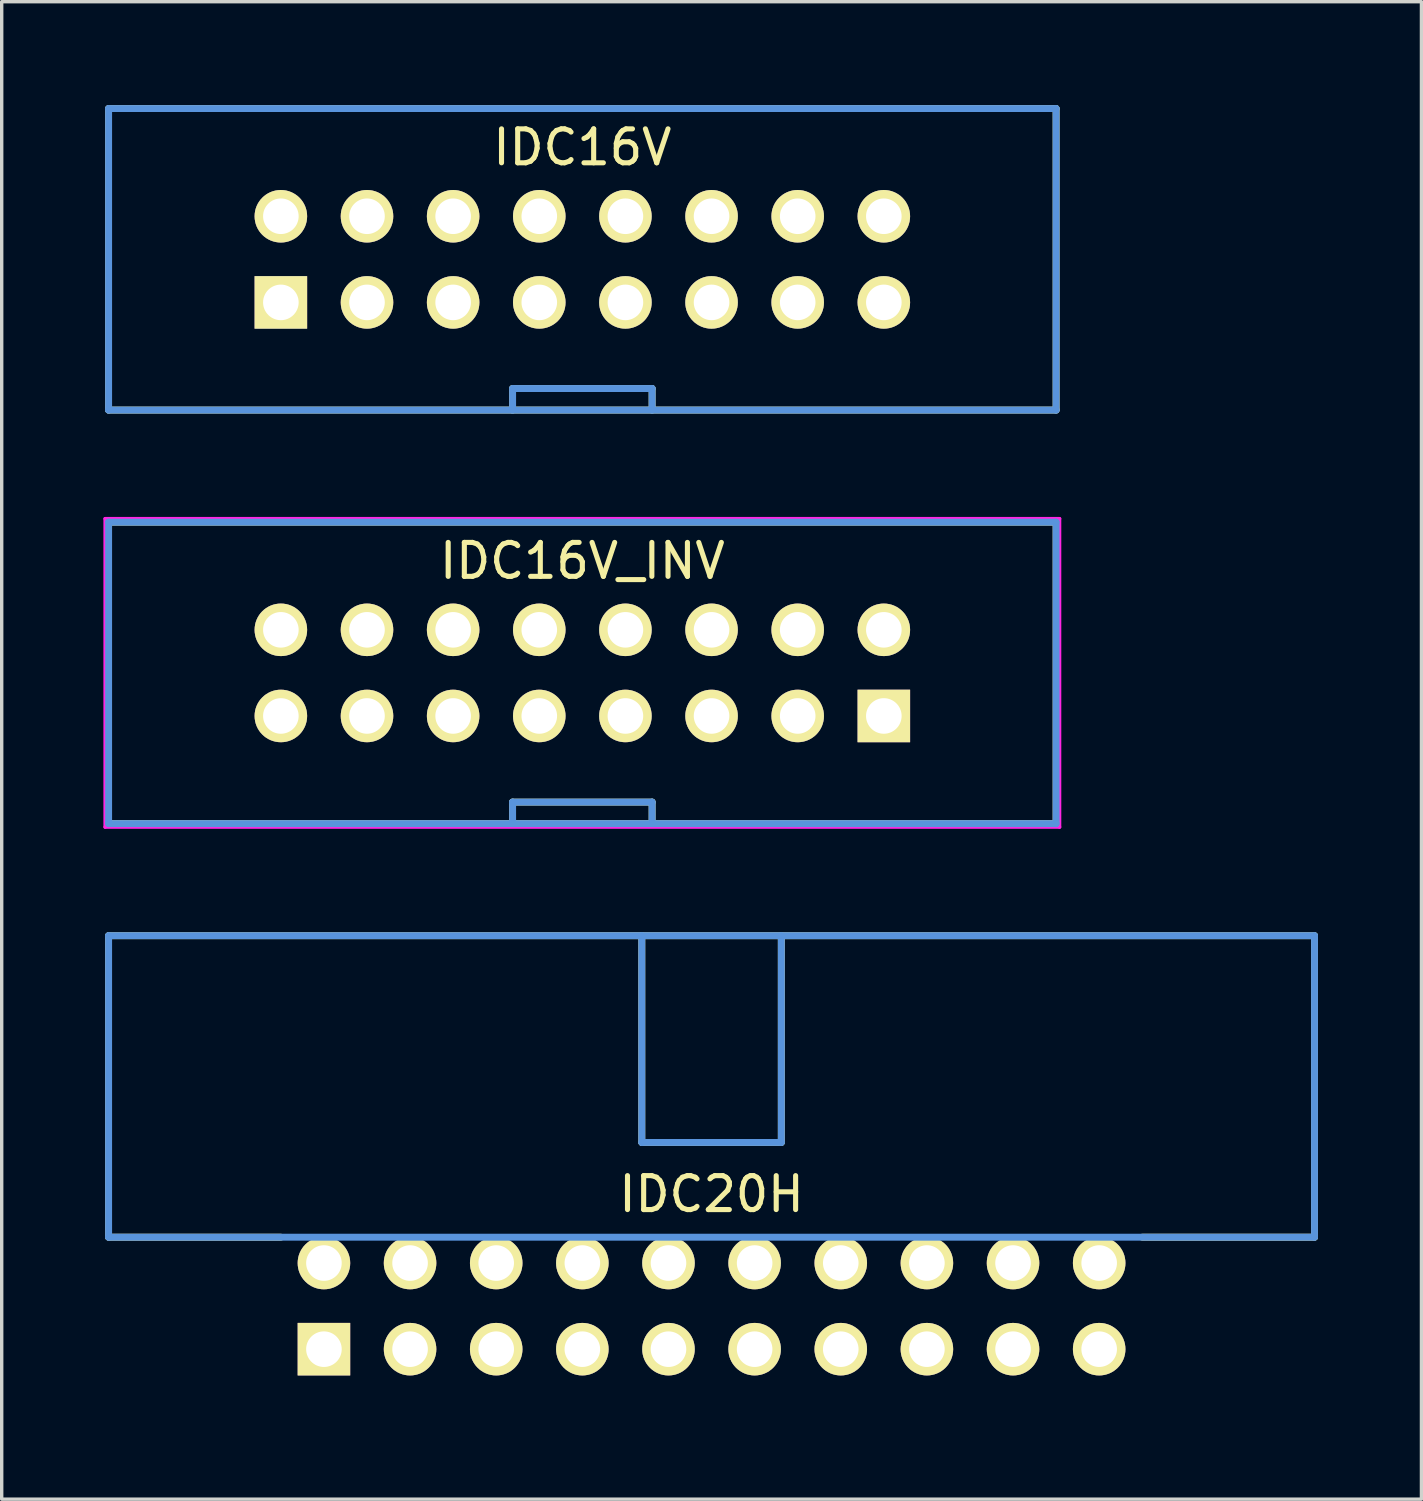
<source format=kicad_pcb>
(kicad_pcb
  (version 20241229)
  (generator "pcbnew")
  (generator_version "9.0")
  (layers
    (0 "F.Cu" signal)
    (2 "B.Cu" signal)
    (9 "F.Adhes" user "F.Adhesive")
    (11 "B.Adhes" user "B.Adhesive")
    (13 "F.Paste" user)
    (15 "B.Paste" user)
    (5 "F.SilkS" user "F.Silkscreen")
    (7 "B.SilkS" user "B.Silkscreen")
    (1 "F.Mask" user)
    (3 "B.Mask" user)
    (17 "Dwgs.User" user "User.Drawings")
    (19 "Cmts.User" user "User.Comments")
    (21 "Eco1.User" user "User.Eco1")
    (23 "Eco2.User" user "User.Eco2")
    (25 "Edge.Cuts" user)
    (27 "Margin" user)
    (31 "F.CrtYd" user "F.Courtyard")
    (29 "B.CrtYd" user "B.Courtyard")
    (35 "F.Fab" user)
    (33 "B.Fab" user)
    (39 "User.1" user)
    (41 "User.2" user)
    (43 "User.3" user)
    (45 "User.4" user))
  (footprint "IDC20H"
    (layer "F.Cu")
    (at 6.502 36.734)
    (property "Reference" "IDC20H" (at 11.43 -4.572 0) (layer "F.SilkS") (effects (font (size 1.001 1.001) (thickness 0.15))))
    (attr through_hole)
    (fp_line (start -6.35 -12.192) (end 29.21 -12.192) (stroke (width 0.203) (type solid)) (layer "F.SilkS"))
    (fp_line (start -6.35 -3.302) (end -6.35 -12.192) (stroke (width 0.203) (type solid)) (layer "F.SilkS"))
    (fp_line (start -6.35 -3.302) (end -1.27 -3.302) (stroke (width 0.203) (type solid)) (layer "F.SilkS"))
    (fp_line (start 9.373 -12.192) (end 9.373 -6.096) (stroke (width 0.203) (type solid)) (layer "F.SilkS"))
    (fp_line (start 9.373 -6.096) (end 13.487 -6.096) (stroke (width 0.203) (type solid)) (layer "F.SilkS"))
    (fp_line (start 13.487 -12.192) (end 13.487 -6.096) (stroke (width 0.203) (type solid)) (layer "F.SilkS"))
    (fp_line (start 29.21 -12.192) (end 29.21 -3.302) (stroke (width 0.203) (type solid)) (layer "F.SilkS"))
    (fp_line (start 29.21 -3.302) (end 24.13 -3.302) (stroke (width 0.203) (type solid)) (layer "F.SilkS"))
    (fp_line (start -6.35 -12.192) (end -6.35 -3.302) (stroke (width 0.203) (type solid)) (layer "Cmts.User"))
    (fp_line (start -6.35 -3.302) (end 29.21 -3.302) (stroke (width 0.203) (type solid)) (layer "Cmts.User"))
    (fp_line (start 9.373 -12.192) (end 9.373 -6.096) (stroke (width 0.203) (type solid)) (layer "Cmts.User"))
    (fp_line (start 9.373 -6.096) (end 13.487 -6.096) (stroke (width 0.203) (type solid)) (layer "Cmts.User"))
    (fp_line (start 13.487 -12.192) (end 13.487 -6.096) (stroke (width 0.203) (type solid)) (layer "Cmts.User"))
    (fp_line (start 29.21 -12.192) (end -6.35 -12.192) (stroke (width 0.203) (type solid)) (layer "Cmts.User"))
    (fp_line (start 29.21 -3.302) (end 29.21 -12.192) (stroke (width 0.203) (type solid)) (layer "Cmts.User"))
    (fp_line (start -6.452 -12.294) (end -6.452 -3.2) (stroke (width 0.102) (type solid)) (layer "Eco1.User"))
    (fp_line (start -6.452 -3.2) (end -1.372 -3.2) (stroke (width 0.102) (type solid)) (layer "Eco1.User"))
    (fp_line (start -1.372 -3.2) (end -1.372 1.372) (stroke (width 0.102) (type solid)) (layer "Eco1.User"))
    (fp_line (start -1.372 1.372) (end 24.232 1.372) (stroke (width 0.102) (type solid)) (layer "Eco1.User"))
    (fp_line (start 24.232 -3.2) (end 29.312 -3.2) (stroke (width 0.102) (type solid)) (layer "Eco1.User"))
    (fp_line (start 24.232 1.372) (end 24.232 -3.2) (stroke (width 0.102) (type solid)) (layer "Eco1.User"))
    (fp_line (start 29.312 -12.294) (end -6.452 -12.294) (stroke (width 0.102) (type solid)) (layer "Eco1.User"))
    (fp_line (start 29.312 -3.2) (end 29.312 -12.294) (stroke (width 0.102) (type solid)) (layer "Eco1.User"))
    (pad "1" thru_hole rect (at 0 0) (size 1.549 1.549) (drill 1.049) (layers "*.Cu" "*.Mask" "F.SilkS"))
    (pad "2" thru_hole circle (at 0 -2.54) (size 1.549 1.549) (drill 1.049) (layers "*.Cu" "*.Mask" "F.SilkS"))
    (pad "3" thru_hole circle (at 2.54 0) (size 1.549 1.549) (drill 1.049) (layers "*.Cu" "*.Mask" "F.SilkS"))
    (pad "4" thru_hole circle (at 2.54 -2.54) (size 1.549 1.549) (drill 1.049) (layers "*.Cu" "*.Mask" "F.SilkS"))
    (pad "5" thru_hole circle (at 5.08 0) (size 1.549 1.549) (drill 1.049) (layers "*.Cu" "*.Mask" "F.SilkS"))
    (pad "6" thru_hole circle (at 5.08 -2.54) (size 1.549 1.549) (drill 1.049) (layers "*.Cu" "*.Mask" "F.SilkS"))
    (pad "7" thru_hole circle (at 7.62 0) (size 1.549 1.549) (drill 1.049) (layers "*.Cu" "*.Mask" "F.SilkS"))
    (pad "8" thru_hole circle (at 7.62 -2.54) (size 1.549 1.549) (drill 1.049) (layers "*.Cu" "*.Mask" "F.SilkS"))
    (pad "9" thru_hole circle (at 10.16 0) (size 1.549 1.549) (drill 1.049) (layers "*.Cu" "*.Mask" "F.SilkS"))
    (pad "10" thru_hole circle (at 10.16 -2.54) (size 1.549 1.549) (drill 1.049) (layers "*.Cu" "*.Mask" "F.SilkS"))
    (pad "11" thru_hole circle (at 12.7 0) (size 1.549 1.549) (drill 1.049) (layers "*.Cu" "*.Mask" "F.SilkS"))
    (pad "12" thru_hole circle (at 12.7 -2.54) (size 1.549 1.549) (drill 1.049) (layers "*.Cu" "*.Mask" "F.SilkS"))
    (pad "13" thru_hole circle (at 15.24 0) (size 1.549 1.549) (drill 1.049) (layers "*.Cu" "*.Mask" "F.SilkS"))
    (pad "14" thru_hole circle (at 15.24 -2.54) (size 1.549 1.549) (drill 1.049) (layers "*.Cu" "*.Mask" "F.SilkS"))
    (pad "15" thru_hole circle (at 17.78 0) (size 1.549 1.549) (drill 1.049) (layers "*.Cu" "*.Mask" "F.SilkS"))
    (pad "16" thru_hole circle (at 17.78 -2.54) (size 1.549 1.549) (drill 1.049) (layers "*.Cu" "*.Mask" "F.SilkS"))
    (pad "17" thru_hole circle (at 20.32 0) (size 1.549 1.549) (drill 1.049) (layers "*.Cu" "*.Mask" "F.SilkS"))
    (pad "18" thru_hole circle (at 20.32 -2.54) (size 1.549 1.549) (drill 1.049) (layers "*.Cu" "*.Mask" "F.SilkS"))
    (pad "19" thru_hole circle (at 22.86 0) (size 1.549 1.549) (drill 1.049) (layers "*.Cu" "*.Mask" "F.SilkS"))
    (pad "20" thru_hole circle (at 22.86 -2.54) (size 1.549 1.549) (drill 1.049) (layers "*.Cu" "*.Mask" "F.SilkS")))
  (footprint "IDC16V"
    (layer "F.Cu")
    (at 5.232 5.867)
    (property "Reference" "IDC16V" (at 8.89 -4.572 0) (layer "F.SilkS") (effects (font (size 1.001 1.001) (thickness 0.15))))
    (attr through_hole)
    (fp_line (start -5.08 -5.715) (end 22.86 -5.715) (stroke (width 0.203) (type solid)) (layer "F.SilkS"))
    (fp_line (start -5.08 3.175) (end -5.08 -5.715) (stroke (width 0.203) (type solid)) (layer "F.SilkS"))
    (fp_line (start 6.833 2.54) (end 10.947 2.54) (stroke (width 0.203) (type solid)) (layer "F.SilkS"))
    (fp_line (start 6.833 3.175) (end 6.833 2.54) (stroke (width 0.203) (type solid)) (layer "F.SilkS"))
    (fp_line (start 10.947 3.175) (end 10.947 2.54) (stroke (width 0.203) (type solid)) (layer "F.SilkS"))
    (fp_line (start 22.86 -5.715) (end 22.86 3.175) (stroke (width 0.203) (type solid)) (layer "F.SilkS"))
    (fp_line (start 22.86 3.175) (end -5.08 3.175) (stroke (width 0.203) (type solid)) (layer "F.SilkS"))
    (fp_line (start -5.08 -5.715) (end 22.86 -5.715) (stroke (width 0.203) (type solid)) (layer "Cmts.User"))
    (fp_line (start -5.08 3.175) (end -5.08 -5.715) (stroke (width 0.203) (type solid)) (layer "Cmts.User"))
    (fp_line (start 6.833 2.54) (end 10.947 2.54) (stroke (width 0.203) (type solid)) (layer "Cmts.User"))
    (fp_line (start 6.833 3.175) (end 6.833 2.54) (stroke (width 0.203) (type solid)) (layer "Cmts.User"))
    (fp_line (start 10.947 3.175) (end 10.947 2.54) (stroke (width 0.203) (type solid)) (layer "Cmts.User"))
    (fp_line (start 22.86 -5.715) (end 22.86 3.175) (stroke (width 0.203) (type solid)) (layer "Cmts.User"))
    (fp_line (start 22.86 3.175) (end -5.08 3.175) (stroke (width 0.203) (type solid)) (layer "Cmts.User"))
    (fp_line (start -5.182 -5.817) (end 22.962 -5.817) (stroke (width 0.102) (type solid)) (layer "Eco1.User"))
    (fp_line (start -5.182 3.277) (end -5.182 -5.817) (stroke (width 0.102) (type solid)) (layer "Eco1.User"))
    (fp_line (start 22.962 -5.817) (end 22.962 3.277) (stroke (width 0.102) (type solid)) (layer "Eco1.User"))
    (fp_line (start 22.962 3.277) (end -5.182 3.277) (stroke (width 0.102) (type solid)) (layer "Eco1.User"))
    (pad "1" thru_hole rect (at 0 0) (size 1.549 1.549) (drill 1.049) (layers "*.Cu" "*.Mask" "F.SilkS"))
    (pad "2" thru_hole circle (at 0 -2.54) (size 1.549 1.549) (drill 1.049) (layers "*.Cu" "*.Mask" "F.SilkS"))
    (pad "3" thru_hole circle (at 2.54 0) (size 1.549 1.549) (drill 1.049) (layers "*.Cu" "*.Mask" "F.SilkS"))
    (pad "4" thru_hole circle (at 2.54 -2.54) (size 1.549 1.549) (drill 1.049) (layers "*.Cu" "*.Mask" "F.SilkS"))
    (pad "5" thru_hole circle (at 5.08 0) (size 1.549 1.549) (drill 1.049) (layers "*.Cu" "*.Mask" "F.SilkS"))
    (pad "6" thru_hole circle (at 5.08 -2.54) (size 1.549 1.549) (drill 1.049) (layers "*.Cu" "*.Mask" "F.SilkS"))
    (pad "7" thru_hole circle (at 7.62 0) (size 1.549 1.549) (drill 1.049) (layers "*.Cu" "*.Mask" "F.SilkS"))
    (pad "8" thru_hole circle (at 7.62 -2.54) (size 1.549 1.549) (drill 1.049) (layers "*.Cu" "*.Mask" "F.SilkS"))
    (pad "9" thru_hole circle (at 10.16 0) (size 1.549 1.549) (drill 1.049) (layers "*.Cu" "*.Mask" "F.SilkS"))
    (pad "10" thru_hole circle (at 10.16 -2.54) (size 1.549 1.549) (drill 1.049) (layers "*.Cu" "*.Mask" "F.SilkS"))
    (pad "11" thru_hole circle (at 12.7 0) (size 1.549 1.549) (drill 1.049) (layers "*.Cu" "*.Mask" "F.SilkS"))
    (pad "12" thru_hole circle (at 12.7 -2.54) (size 1.549 1.549) (drill 1.049) (layers "*.Cu" "*.Mask" "F.SilkS"))
    (pad "13" thru_hole circle (at 15.24 0) (size 1.549 1.549) (drill 1.049) (layers "*.Cu" "*.Mask" "F.SilkS"))
    (pad "14" thru_hole circle (at 15.24 -2.54) (size 1.549 1.549) (drill 1.049) (layers "*.Cu" "*.Mask" "F.SilkS"))
    (pad "15" thru_hole circle (at 17.78 0) (size 1.549 1.549) (drill 1.049) (layers "*.Cu" "*.Mask" "F.SilkS"))
    (pad "16" thru_hole circle (at 17.78 -2.54) (size 1.549 1.549) (drill 1.049) (layers "*.Cu" "*.Mask" "F.SilkS")))
  (footprint "IDC16V_INV"
    (layer "F.Cu")
    (at 5.232 18.062)
    (property "Reference" "IDC16V_INV" (at 8.89 -4.572 0) (layer "F.SilkS") (effects (font (size 1.001 1.001) (thickness 0.15))))
    (attr through_hole)
    (fp_line (start -5.08 -5.715) (end 22.86 -5.715) (stroke (width 0.203) (type solid)) (layer "F.SilkS"))
    (fp_line (start -5.08 3.175) (end -5.08 -5.715) (stroke (width 0.203) (type solid)) (layer "F.SilkS"))
    (fp_line (start 6.833 2.54) (end 10.947 2.54) (stroke (width 0.203) (type solid)) (layer "F.SilkS"))
    (fp_line (start 6.833 3.175) (end 6.833 2.54) (stroke (width 0.203) (type solid)) (layer "F.SilkS"))
    (fp_line (start 10.947 3.175) (end 10.947 2.54) (stroke (width 0.203) (type solid)) (layer "F.SilkS"))
    (fp_line (start 22.86 -5.715) (end 22.86 3.175) (stroke (width 0.203) (type solid)) (layer "F.SilkS"))
    (fp_line (start 22.86 3.175) (end -5.08 3.175) (stroke (width 0.203) (type solid)) (layer "F.SilkS"))
    (fp_line (start -5.08 -5.715) (end 22.86 -5.715) (stroke (width 0.203) (type solid)) (layer "Cmts.User"))
    (fp_line (start -5.08 3.175) (end -5.08 -5.715) (stroke (width 0.203) (type solid)) (layer "Cmts.User"))
    (fp_line (start 6.833 2.54) (end 10.947 2.54) (stroke (width 0.203) (type solid)) (layer "Cmts.User"))
    (fp_line (start 6.833 3.175) (end 6.833 2.54) (stroke (width 0.203) (type solid)) (layer "Cmts.User"))
    (fp_line (start 10.947 3.175) (end 10.947 2.54) (stroke (width 0.203) (type solid)) (layer "Cmts.User"))
    (fp_line (start 22.86 -5.715) (end 22.86 3.175) (stroke (width 0.203) (type solid)) (layer "Cmts.User"))
    (fp_line (start 22.86 3.175) (end -5.08 3.175) (stroke (width 0.203) (type solid)) (layer "Cmts.User"))
    (fp_line (start -5.182 -5.817) (end 22.962 -5.817) (stroke (width 0.102) (type solid)) (layer "F.CrtYd"))
    (fp_line (start -5.182 3.277) (end -5.182 -5.817) (stroke (width 0.102) (type solid)) (layer "F.CrtYd"))
    (fp_line (start 22.962 -5.817) (end 22.962 3.277) (stroke (width 0.102) (type solid)) (layer "F.CrtYd"))
    (fp_line (start 22.962 3.277) (end -5.182 3.277) (stroke (width 0.102) (type solid)) (layer "F.CrtYd"))
    (pad "1" thru_hole rect (at 17.78 0) (size 1.549 1.549) (drill 1.049) (layers "*.Cu" "*.Mask" "F.SilkS"))
    (pad "2" thru_hole circle (at 17.78 -2.54) (size 1.549 1.549) (drill 1.049) (layers "*.Cu" "*.Mask" "F.SilkS"))
    (pad "3" thru_hole circle (at 15.24 0) (size 1.549 1.549) (drill 1.049) (layers "*.Cu" "*.Mask" "F.SilkS"))
    (pad "4" thru_hole circle (at 15.24 -2.54) (size 1.549 1.549) (drill 1.049) (layers "*.Cu" "*.Mask" "F.SilkS"))
    (pad "5" thru_hole circle (at 12.7 0) (size 1.549 1.549) (drill 1.049) (layers "*.Cu" "*.Mask" "F.SilkS"))
    (pad "6" thru_hole circle (at 12.7 -2.54) (size 1.549 1.549) (drill 1.049) (layers "*.Cu" "*.Mask" "F.SilkS"))
    (pad "7" thru_hole circle (at 10.16 0) (size 1.549 1.549) (drill 1.049) (layers "*.Cu" "*.Mask" "F.SilkS"))
    (pad "8" thru_hole circle (at 10.16 -2.54) (size 1.549 1.549) (drill 1.049) (layers "*.Cu" "*.Mask" "F.SilkS"))
    (pad "9" thru_hole circle (at 7.62 0) (size 1.549 1.549) (drill 1.049) (layers "*.Cu" "*.Mask" "F.SilkS"))
    (pad "10" thru_hole circle (at 7.62 -2.54) (size 1.549 1.549) (drill 1.049) (layers "*.Cu" "*.Mask" "F.SilkS"))
    (pad "11" thru_hole circle (at 5.08 0) (size 1.549 1.549) (drill 1.049) (layers "*.Cu" "*.Mask" "F.SilkS"))
    (pad "12" thru_hole circle (at 5.08 -2.54) (size 1.549 1.549) (drill 1.049) (layers "*.Cu" "*.Mask" "F.SilkS"))
    (pad "13" thru_hole circle (at 2.54 0) (size 1.549 1.549) (drill 1.049) (layers "*.Cu" "*.Mask" "F.SilkS"))
    (pad "14" thru_hole circle (at 2.54 -2.54) (size 1.549 1.549) (drill 1.049) (layers "*.Cu" "*.Mask" "F.SilkS"))
    (pad "15" thru_hole circle (at 0 0) (size 1.549 1.549) (drill 1.049) (layers "*.Cu" "*.Mask" "F.SilkS"))
    (pad "16" thru_hole circle (at 0 -2.54) (size 1.549 1.549) (drill 1.049) (layers "*.Cu" "*.Mask" "F.SilkS")))
  (gr_rect
    (start -3 -3)
    (end 38.865 41.156)
    (stroke (width 0.1) (type default))
    (fill no)
    (layer "Edge.Cuts")))
</source>
